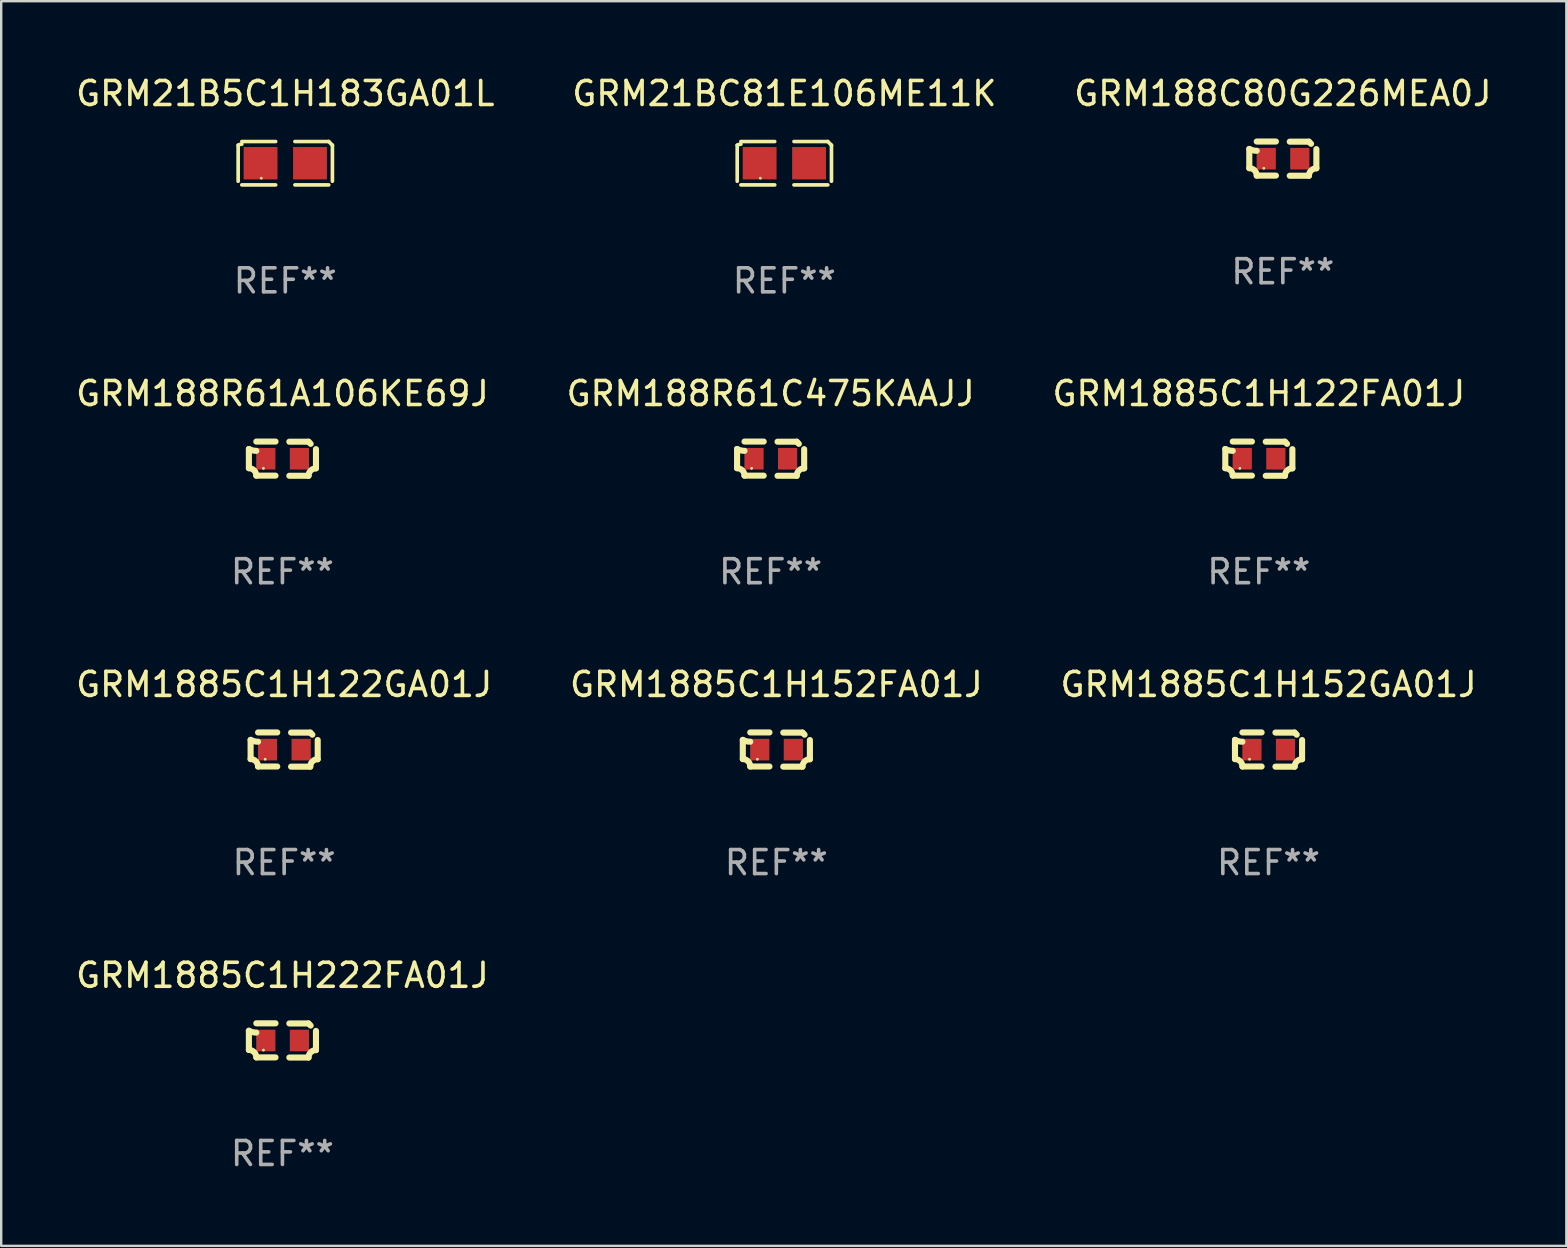
<source format=kicad_pcb>
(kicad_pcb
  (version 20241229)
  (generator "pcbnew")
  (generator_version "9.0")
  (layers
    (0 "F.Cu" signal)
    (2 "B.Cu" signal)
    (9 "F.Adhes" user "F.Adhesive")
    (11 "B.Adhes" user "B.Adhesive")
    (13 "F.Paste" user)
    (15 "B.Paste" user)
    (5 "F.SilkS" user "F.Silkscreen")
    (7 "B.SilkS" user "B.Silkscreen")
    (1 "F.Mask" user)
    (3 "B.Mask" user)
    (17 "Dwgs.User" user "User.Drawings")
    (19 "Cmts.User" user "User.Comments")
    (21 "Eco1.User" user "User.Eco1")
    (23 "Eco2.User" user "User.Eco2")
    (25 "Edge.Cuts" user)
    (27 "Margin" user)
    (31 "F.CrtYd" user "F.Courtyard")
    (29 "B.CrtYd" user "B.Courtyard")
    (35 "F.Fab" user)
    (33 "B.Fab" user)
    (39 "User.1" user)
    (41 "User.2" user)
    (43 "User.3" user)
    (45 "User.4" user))
  (footprint "GRM188R61C475KAAJJ"
    (layer "F.Cu")
    (at 29.065 16.065)
    (property "Reference" "GRM188R61C475KAAJJ" (at 0 -2.713 0) (layer "F.SilkS") (effects (font (size 1 1) (thickness 0.15))))
    (attr through_hole)
    (fp_line (start -1.398 -0.403) (end -1.398 0.397) (stroke (width 0.254) (type solid)) (layer "F.SilkS"))
    (fp_line (start -0.288 -0.713) (end -1.088 -0.713) (stroke (width 0.254) (type solid)) (layer "F.SilkS"))
    (fp_line (start -0.288 0.707) (end -1.088 0.707) (stroke (width 0.254) (type solid)) (layer "F.SilkS"))
    (fp_line (start 0.288 -0.707) (end 1.088 -0.707) (stroke (width 0.254) (type solid)) (layer "F.SilkS"))
    (fp_line (start 0.288 0.713) (end 1.088 0.713) (stroke (width 0.254) (type solid)) (layer "F.SilkS"))
    (fp_line (start 1.398 -0.397) (end 1.398 0.403) (stroke (width 0.254) (type solid)) (layer "F.SilkS"))
    (fp_arc (start -1.397789 0.397066) (mid -1.178701 0.487826) (end -1.08796 0.706922) (stroke (width 0.254001) (type solid)) (layer "F.SilkS"))
    (fp_arc (start -1.08796 -0.327176) (mid -1.247436 -0.346384) (end -1.39779 -0.402908) (stroke (width 0.254001) (type solid)) (layer "F.SilkS"))
    (fp_arc (start 1.087909 0.712738) (mid 1.178656 0.493655) (end 1.397739 0.402908) (stroke (width 0.254001) (type solid)) (layer "F.SilkS"))
    (fp_arc (start 1.175925 -0.618926) (mid 1.131917 -0.662923) (end 1.08791 -0.706922) (stroke (width 0.254001) (type solid)) (layer "F.SilkS"))
    (fp_circle (center -0.792 0.403) (end -0.762 0.403) (stroke (width 0.06) (type solid)) (fill no) (layer "F.SilkS"))
    (fp_text user "REF**" (at 0 4.713 0) (layer "F.Fab") (effects (font (size 1 1) (thickness 0.15))))
    (pad "1" smd rect (at -0.692 0.003) (size 0.8 0.9) (layers "F.Cu" "F.Mask" "F.Paste"))
    (pad "2" smd rect (at 0.708 0.003) (size 0.8 0.9) (layers "F.Cu" "F.Mask" "F.Paste")))
  (footprint "GRM1885C1H122FA01J"
    (layer "F.Cu")
    (at 49.411 16.065)
    (property "Reference" "GRM1885C1H122FA01J" (at 0 -2.713 0) (layer "F.SilkS") (effects (font (size 1 1) (thickness 0.15))))
    (attr through_hole)
    (fp_line (start -1.398 -0.403) (end -1.398 0.397) (stroke (width 0.254) (type solid)) (layer "F.SilkS"))
    (fp_line (start -0.288 -0.713) (end -1.088 -0.713) (stroke (width 0.254) (type solid)) (layer "F.SilkS"))
    (fp_line (start -0.288 0.707) (end -1.088 0.707) (stroke (width 0.254) (type solid)) (layer "F.SilkS"))
    (fp_line (start 0.288 -0.707) (end 1.088 -0.707) (stroke (width 0.254) (type solid)) (layer "F.SilkS"))
    (fp_line (start 0.288 0.713) (end 1.088 0.713) (stroke (width 0.254) (type solid)) (layer "F.SilkS"))
    (fp_line (start 1.398 -0.397) (end 1.398 0.403) (stroke (width 0.254) (type solid)) (layer "F.SilkS"))
    (fp_arc (start -1.397789 0.397066) (mid -1.178701 0.487826) (end -1.08796 0.706922) (stroke (width 0.254001) (type solid)) (layer "F.SilkS"))
    (fp_arc (start -1.08796 -0.327176) (mid -1.247436 -0.346384) (end -1.39779 -0.402908) (stroke (width 0.254001) (type solid)) (layer "F.SilkS"))
    (fp_arc (start 1.087909 0.712738) (mid 1.178656 0.493655) (end 1.397739 0.402908) (stroke (width 0.254001) (type solid)) (layer "F.SilkS"))
    (fp_arc (start 1.175925 -0.618926) (mid 1.131917 -0.662923) (end 1.08791 -0.706922) (stroke (width 0.254001) (type solid)) (layer "F.SilkS"))
    (fp_circle (center -0.792 0.403) (end -0.762 0.403) (stroke (width 0.06) (type solid)) (fill no) (layer "F.SilkS"))
    (fp_text user "REF**" (at 0 4.713 0) (layer "F.Fab") (effects (font (size 1 1) (thickness 0.15))))
    (pad "1" smd rect (at -0.692 0.003) (size 0.8 0.9) (layers "F.Cu" "F.Mask" "F.Paste"))
    (pad "2" smd rect (at 0.708 0.003) (size 0.8 0.9) (layers "F.Cu" "F.Mask" "F.Paste")))
  (footprint "GRM188C80G226MEA0J"
    (layer "F.Cu")
    (at 50.411 3.561)
    (property "Reference" "GRM188C80G226MEA0J" (at 0 -2.713 0) (layer "F.SilkS") (effects (font (size 1 1) (thickness 0.15))))
    (attr through_hole)
    (fp_line (start -1.398 -0.403) (end -1.398 0.397) (stroke (width 0.254) (type solid)) (layer "F.SilkS"))
    (fp_line (start -0.288 -0.713) (end -1.088 -0.713) (stroke (width 0.254) (type solid)) (layer "F.SilkS"))
    (fp_line (start -0.288 0.707) (end -1.088 0.707) (stroke (width 0.254) (type solid)) (layer "F.SilkS"))
    (fp_line (start 0.288 -0.707) (end 1.088 -0.707) (stroke (width 0.254) (type solid)) (layer "F.SilkS"))
    (fp_line (start 0.288 0.713) (end 1.088 0.713) (stroke (width 0.254) (type solid)) (layer "F.SilkS"))
    (fp_line (start 1.398 -0.397) (end 1.398 0.403) (stroke (width 0.254) (type solid)) (layer "F.SilkS"))
    (fp_arc (start -1.397789 0.397066) (mid -1.178701 0.487826) (end -1.08796 0.706922) (stroke (width 0.254001) (type solid)) (layer "F.SilkS"))
    (fp_arc (start -1.08796 -0.327176) (mid -1.247436 -0.346384) (end -1.39779 -0.402908) (stroke (width 0.254001) (type solid)) (layer "F.SilkS"))
    (fp_arc (start 1.087909 0.712738) (mid 1.178656 0.493655) (end 1.397739 0.402908) (stroke (width 0.254001) (type solid)) (layer "F.SilkS"))
    (fp_arc (start 1.175925 -0.618926) (mid 1.131917 -0.662923) (end 1.08791 -0.706922) (stroke (width 0.254001) (type solid)) (layer "F.SilkS"))
    (fp_circle (center -0.792 0.403) (end -0.762 0.403) (stroke (width 0.06) (type solid)) (fill no) (layer "F.SilkS"))
    (fp_text user "REF**" (at 0 4.713 0) (layer "F.Fab") (effects (font (size 1 1) (thickness 0.15))))
    (pad "1" smd rect (at -0.692 0.003) (size 0.8 0.9) (layers "F.Cu" "F.Mask" "F.Paste"))
    (pad "2" smd rect (at 0.708 0.003) (size 0.8 0.9) (layers "F.Cu" "F.Mask" "F.Paste")))
  (footprint "GRM188R61A106KE69J"
    (layer "F.Cu")
    (at 8.72 16.065)
    (property "Reference" "GRM188R61A106KE69J" (at 0 -2.713 0) (layer "F.SilkS") (effects (font (size 1 1) (thickness 0.15))))
    (attr through_hole)
    (fp_line (start -1.398 -0.403) (end -1.398 0.397) (stroke (width 0.254) (type solid)) (layer "F.SilkS"))
    (fp_line (start -0.288 -0.713) (end -1.088 -0.713) (stroke (width 0.254) (type solid)) (layer "F.SilkS"))
    (fp_line (start -0.288 0.707) (end -1.088 0.707) (stroke (width 0.254) (type solid)) (layer "F.SilkS"))
    (fp_line (start 0.288 -0.707) (end 1.088 -0.707) (stroke (width 0.254) (type solid)) (layer "F.SilkS"))
    (fp_line (start 0.288 0.713) (end 1.088 0.713) (stroke (width 0.254) (type solid)) (layer "F.SilkS"))
    (fp_line (start 1.398 -0.397) (end 1.398 0.403) (stroke (width 0.254) (type solid)) (layer "F.SilkS"))
    (fp_arc (start -1.397789 0.397066) (mid -1.178701 0.487826) (end -1.08796 0.706922) (stroke (width 0.254001) (type solid)) (layer "F.SilkS"))
    (fp_arc (start -1.08796 -0.327176) (mid -1.247436 -0.346384) (end -1.39779 -0.402908) (stroke (width 0.254001) (type solid)) (layer "F.SilkS"))
    (fp_arc (start 1.087909 0.712738) (mid 1.178656 0.493655) (end 1.397739 0.402908) (stroke (width 0.254001) (type solid)) (layer "F.SilkS"))
    (fp_arc (start 1.175925 -0.618926) (mid 1.131917 -0.662923) (end 1.08791 -0.706922) (stroke (width 0.254001) (type solid)) (layer "F.SilkS"))
    (fp_circle (center -0.792 0.403) (end -0.762 0.403) (stroke (width 0.06) (type solid)) (fill no) (layer "F.SilkS"))
    (fp_text user "REF**" (at 0 4.713 0) (layer "F.Fab") (effects (font (size 1 1) (thickness 0.15))))
    (pad "1" smd rect (at -0.692 0.003) (size 0.8 0.9) (layers "F.Cu" "F.Mask" "F.Paste"))
    (pad "2" smd rect (at 0.708 0.003) (size 0.8 0.9) (layers "F.Cu" "F.Mask" "F.Paste")))
  (footprint "GRM1885C1H152GA01J"
    (layer "F.Cu")
    (at 49.815 28.187)
    (property "Reference" "GRM1885C1H152GA01J" (at 0 -2.713 0) (layer "F.SilkS") (effects (font (size 1 1) (thickness 0.15))))
    (attr through_hole)
    (fp_line (start -1.398 -0.403) (end -1.398 0.397) (stroke (width 0.254) (type solid)) (layer "F.SilkS"))
    (fp_line (start -0.288 -0.713) (end -1.088 -0.713) (stroke (width 0.254) (type solid)) (layer "F.SilkS"))
    (fp_line (start -0.288 0.707) (end -1.088 0.707) (stroke (width 0.254) (type solid)) (layer "F.SilkS"))
    (fp_line (start 0.288 -0.707) (end 1.088 -0.707) (stroke (width 0.254) (type solid)) (layer "F.SilkS"))
    (fp_line (start 0.288 0.713) (end 1.088 0.713) (stroke (width 0.254) (type solid)) (layer "F.SilkS"))
    (fp_line (start 1.398 -0.397) (end 1.398 0.403) (stroke (width 0.254) (type solid)) (layer "F.SilkS"))
    (fp_arc (start -1.397789 0.397066) (mid -1.178701 0.487826) (end -1.08796 0.706922) (stroke (width 0.254001) (type solid)) (layer "F.SilkS"))
    (fp_arc (start -1.08796 -0.327176) (mid -1.247436 -0.346384) (end -1.39779 -0.402908) (stroke (width 0.254001) (type solid)) (layer "F.SilkS"))
    (fp_arc (start 1.087909 0.712738) (mid 1.178656 0.493655) (end 1.397739 0.402908) (stroke (width 0.254001) (type solid)) (layer "F.SilkS"))
    (fp_arc (start 1.175925 -0.618926) (mid 1.131917 -0.662923) (end 1.08791 -0.706922) (stroke (width 0.254001) (type solid)) (layer "F.SilkS"))
    (fp_circle (center -0.792 0.403) (end -0.762 0.403) (stroke (width 0.06) (type solid)) (fill no) (layer "F.SilkS"))
    (fp_text user "REF**" (at 0 4.713 0) (layer "F.Fab") (effects (font (size 1 1) (thickness 0.15))))
    (pad "1" smd rect (at -0.692 0.003) (size 0.8 0.9) (layers "F.Cu" "F.Mask" "F.Paste"))
    (pad "2" smd rect (at 0.708 0.003) (size 0.8 0.9) (layers "F.Cu" "F.Mask" "F.Paste")))
  (footprint "GRM1885C1H222FA01J"
    (layer "F.Cu")
    (at 8.72 40.309)
    (property "Reference" "GRM1885C1H222FA01J" (at 0 -2.713 0) (layer "F.SilkS") (effects (font (size 1 1) (thickness 0.15))))
    (attr through_hole)
    (fp_line (start -1.398 -0.403) (end -1.398 0.397) (stroke (width 0.254) (type solid)) (layer "F.SilkS"))
    (fp_line (start -0.288 -0.713) (end -1.088 -0.713) (stroke (width 0.254) (type solid)) (layer "F.SilkS"))
    (fp_line (start -0.288 0.707) (end -1.088 0.707) (stroke (width 0.254) (type solid)) (layer "F.SilkS"))
    (fp_line (start 0.288 -0.707) (end 1.088 -0.707) (stroke (width 0.254) (type solid)) (layer "F.SilkS"))
    (fp_line (start 0.288 0.713) (end 1.088 0.713) (stroke (width 0.254) (type solid)) (layer "F.SilkS"))
    (fp_line (start 1.398 -0.397) (end 1.398 0.403) (stroke (width 0.254) (type solid)) (layer "F.SilkS"))
    (fp_arc (start -1.397789 0.397066) (mid -1.178701 0.487826) (end -1.08796 0.706922) (stroke (width 0.254001) (type solid)) (layer "F.SilkS"))
    (fp_arc (start -1.08796 -0.327176) (mid -1.247436 -0.346384) (end -1.39779 -0.402908) (stroke (width 0.254001) (type solid)) (layer "F.SilkS"))
    (fp_arc (start 1.087909 0.712738) (mid 1.178656 0.493655) (end 1.397739 0.402908) (stroke (width 0.254001) (type solid)) (layer "F.SilkS"))
    (fp_arc (start 1.175925 -0.618926) (mid 1.131917 -0.662923) (end 1.08791 -0.706922) (stroke (width 0.254001) (type solid)) (layer "F.SilkS"))
    (fp_circle (center -0.792 0.403) (end -0.762 0.403) (stroke (width 0.06) (type solid)) (fill no) (layer "F.SilkS"))
    (fp_text user "REF**" (at 0 4.713 0) (layer "F.Fab") (effects (font (size 1 1) (thickness 0.15))))
    (pad "1" smd rect (at -0.692 0.003) (size 0.8 0.9) (layers "F.Cu" "F.Mask" "F.Paste"))
    (pad "2" smd rect (at 0.708 0.003) (size 0.8 0.9) (layers "F.Cu" "F.Mask" "F.Paste")))
  (footprint "GRM1885C1H122GA01J"
    (layer "F.Cu")
    (at 8.792 28.187)
    (property "Reference" "GRM1885C1H122GA01J" (at 0 -2.713 0) (layer "F.SilkS") (effects (font (size 1 1) (thickness 0.15))))
    (attr through_hole)
    (fp_line (start -1.398 -0.403) (end -1.398 0.397) (stroke (width 0.254) (type solid)) (layer "F.SilkS"))
    (fp_line (start -0.288 -0.713) (end -1.088 -0.713) (stroke (width 0.254) (type solid)) (layer "F.SilkS"))
    (fp_line (start -0.288 0.707) (end -1.088 0.707) (stroke (width 0.254) (type solid)) (layer "F.SilkS"))
    (fp_line (start 0.288 -0.707) (end 1.088 -0.707) (stroke (width 0.254) (type solid)) (layer "F.SilkS"))
    (fp_line (start 0.288 0.713) (end 1.088 0.713) (stroke (width 0.254) (type solid)) (layer "F.SilkS"))
    (fp_line (start 1.398 -0.397) (end 1.398 0.403) (stroke (width 0.254) (type solid)) (layer "F.SilkS"))
    (fp_arc (start -1.397789 0.397066) (mid -1.178701 0.487826) (end -1.08796 0.706922) (stroke (width 0.254001) (type solid)) (layer "F.SilkS"))
    (fp_arc (start -1.08796 -0.327176) (mid -1.247436 -0.346384) (end -1.39779 -0.402908) (stroke (width 0.254001) (type solid)) (layer "F.SilkS"))
    (fp_arc (start 1.087909 0.712738) (mid 1.178656 0.493655) (end 1.397739 0.402908) (stroke (width 0.254001) (type solid)) (layer "F.SilkS"))
    (fp_arc (start 1.175925 -0.618926) (mid 1.131917 -0.662923) (end 1.08791 -0.706922) (stroke (width 0.254001) (type solid)) (layer "F.SilkS"))
    (fp_circle (center -0.792 0.403) (end -0.762 0.403) (stroke (width 0.06) (type solid)) (fill no) (layer "F.SilkS"))
    (fp_text user "REF**" (at 0 4.713 0) (layer "F.Fab") (effects (font (size 1 1) (thickness 0.15))))
    (pad "1" smd rect (at -0.692 0.003) (size 0.8 0.9) (layers "F.Cu" "F.Mask" "F.Paste"))
    (pad "2" smd rect (at 0.708 0.003) (size 0.8 0.9) (layers "F.Cu" "F.Mask" "F.Paste")))
  (footprint "GRM21B5C1H183GA01L"
    (layer "F.Cu")
    (at 8.839 3.752)
    (property "Reference" "GRM21B5C1H183GA01L" (at 0 -2.904 0) (layer "F.SilkS") (effects (font (size 1 1) (thickness 0.15))))
    (attr through_hole)
    (fp_line (start -1.964 0.751) (end -1.964 -0.751) (stroke (width 0.152) (type solid)) (layer "F.SilkS"))
    (fp_line (start -1.811 -0.904) (end -0.401 -0.904) (stroke (width 0.152) (type solid)) (layer "F.SilkS"))
    (fp_line (start -0.401 0.904) (end -1.811 0.904) (stroke (width 0.152) (type solid)) (layer "F.SilkS"))
    (fp_line (start 0.401 0.904) (end 1.811 0.904) (stroke (width 0.152) (type solid)) (layer "F.SilkS"))
    (fp_line (start 1.811 -0.904) (end 0.401 -0.904) (stroke (width 0.152) (type solid)) (layer "F.SilkS"))
    (fp_line (start 1.964 0.751) (end 1.964 -0.751) (stroke (width 0.152) (type solid)) (layer "F.SilkS"))
    (fp_arc (start -1.963602 -0.751207) (mid -1.890354 -0.783131) (end -1.811201 -0.794044) (stroke (width 0.1524) (type solid)) (layer "F.SilkS"))
    (fp_arc (start 1.811202 -0.903607) (mid 1.887413 -0.827418) (end 1.963602 -0.751207) (stroke (width 0.1524) (type solid)) (layer "F.SilkS"))
    (fp_circle (center -1 0.625) (end -0.97 0.625) (stroke (width 0.06) (type solid)) (fill no) (layer "F.SilkS"))
    (fp_text user "REF**" (at 0 4.904 0) (layer "F.Fab") (effects (font (size 1 1) (thickness 0.15))))
    (pad "1" smd rect (at -1.03 0) (size 1.41 1.35) (layers "F.Cu" "F.Mask" "F.Paste"))
    (pad "2" smd rect (at 1.03 0) (size 1.41 1.35) (layers "F.Cu" "F.Mask" "F.Paste")))
  (footprint "GRM21BC81E106ME11K"
    (layer "F.Cu")
    (at 29.637 3.752)
    (property "Reference" "GRM21BC81E106ME11K" (at 0 -2.904 0) (layer "F.SilkS") (effects (font (size 1 1) (thickness 0.15))))
    (attr through_hole)
    (fp_line (start -1.964 0.751) (end -1.964 -0.751) (stroke (width 0.152) (type solid)) (layer "F.SilkS"))
    (fp_line (start -1.811 -0.904) (end -0.401 -0.904) (stroke (width 0.152) (type solid)) (layer "F.SilkS"))
    (fp_line (start -0.401 0.904) (end -1.811 0.904) (stroke (width 0.152) (type solid)) (layer "F.SilkS"))
    (fp_line (start 0.401 0.904) (end 1.811 0.904) (stroke (width 0.152) (type solid)) (layer "F.SilkS"))
    (fp_line (start 1.811 -0.904) (end 0.401 -0.904) (stroke (width 0.152) (type solid)) (layer "F.SilkS"))
    (fp_line (start 1.964 0.751) (end 1.964 -0.751) (stroke (width 0.152) (type solid)) (layer "F.SilkS"))
    (fp_arc (start -1.963602 -0.751207) (mid -1.890354 -0.783131) (end -1.811201 -0.794044) (stroke (width 0.1524) (type solid)) (layer "F.SilkS"))
    (fp_arc (start 1.811202 -0.903607) (mid 1.887413 -0.827418) (end 1.963602 -0.751207) (stroke (width 0.1524) (type solid)) (layer "F.SilkS"))
    (fp_circle (center -1 0.625) (end -0.97 0.625) (stroke (width 0.06) (type solid)) (fill no) (layer "F.SilkS"))
    (fp_text user "REF**" (at 0 4.904 0) (layer "F.Fab") (effects (font (size 1 1) (thickness 0.15))))
    (pad "1" smd rect (at -1.03 0) (size 1.41 1.35) (layers "F.Cu" "F.Mask" "F.Paste"))
    (pad "2" smd rect (at 1.03 0) (size 1.41 1.35) (layers "F.Cu" "F.Mask" "F.Paste")))
  (footprint "GRM1885C1H152FA01J"
    (layer "F.Cu")
    (at 29.304 28.187)
    (property "Reference" "GRM1885C1H152FA01J" (at 0 -2.713 0) (layer "F.SilkS") (effects (font (size 1 1) (thickness 0.15))))
    (attr through_hole)
    (fp_line (start -1.398 -0.403) (end -1.398 0.397) (stroke (width 0.254) (type solid)) (layer "F.SilkS"))
    (fp_line (start -0.288 -0.713) (end -1.088 -0.713) (stroke (width 0.254) (type solid)) (layer "F.SilkS"))
    (fp_line (start -0.288 0.707) (end -1.088 0.707) (stroke (width 0.254) (type solid)) (layer "F.SilkS"))
    (fp_line (start 0.288 -0.707) (end 1.088 -0.707) (stroke (width 0.254) (type solid)) (layer "F.SilkS"))
    (fp_line (start 0.288 0.713) (end 1.088 0.713) (stroke (width 0.254) (type solid)) (layer "F.SilkS"))
    (fp_line (start 1.398 -0.397) (end 1.398 0.403) (stroke (width 0.254) (type solid)) (layer "F.SilkS"))
    (fp_arc (start -1.397789 0.397066) (mid -1.178701 0.487826) (end -1.08796 0.706922) (stroke (width 0.254001) (type solid)) (layer "F.SilkS"))
    (fp_arc (start -1.08796 -0.327176) (mid -1.247436 -0.346384) (end -1.39779 -0.402908) (stroke (width 0.254001) (type solid)) (layer "F.SilkS"))
    (fp_arc (start 1.087909 0.712738) (mid 1.178656 0.493655) (end 1.397739 0.402908) (stroke (width 0.254001) (type solid)) (layer "F.SilkS"))
    (fp_arc (start 1.175925 -0.618926) (mid 1.131917 -0.662923) (end 1.08791 -0.706922) (stroke (width 0.254001) (type solid)) (layer "F.SilkS"))
    (fp_circle (center -0.792 0.403) (end -0.762 0.403) (stroke (width 0.06) (type solid)) (fill no) (layer "F.SilkS"))
    (fp_text user "REF**" (at 0 4.713 0) (layer "F.Fab") (effects (font (size 1 1) (thickness 0.15))))
    (pad "1" smd rect (at -0.692 0.003) (size 0.8 0.9) (layers "F.Cu" "F.Mask" "F.Paste"))
    (pad "2" smd rect (at 0.708 0.003) (size 0.8 0.9) (layers "F.Cu" "F.Mask" "F.Paste")))
  (gr_rect
    (start -3 -3)
    (end 62.226 48.87)
    (stroke (width 0.1) (type default))
    (fill no)
    (layer "Edge.Cuts")))
</source>
